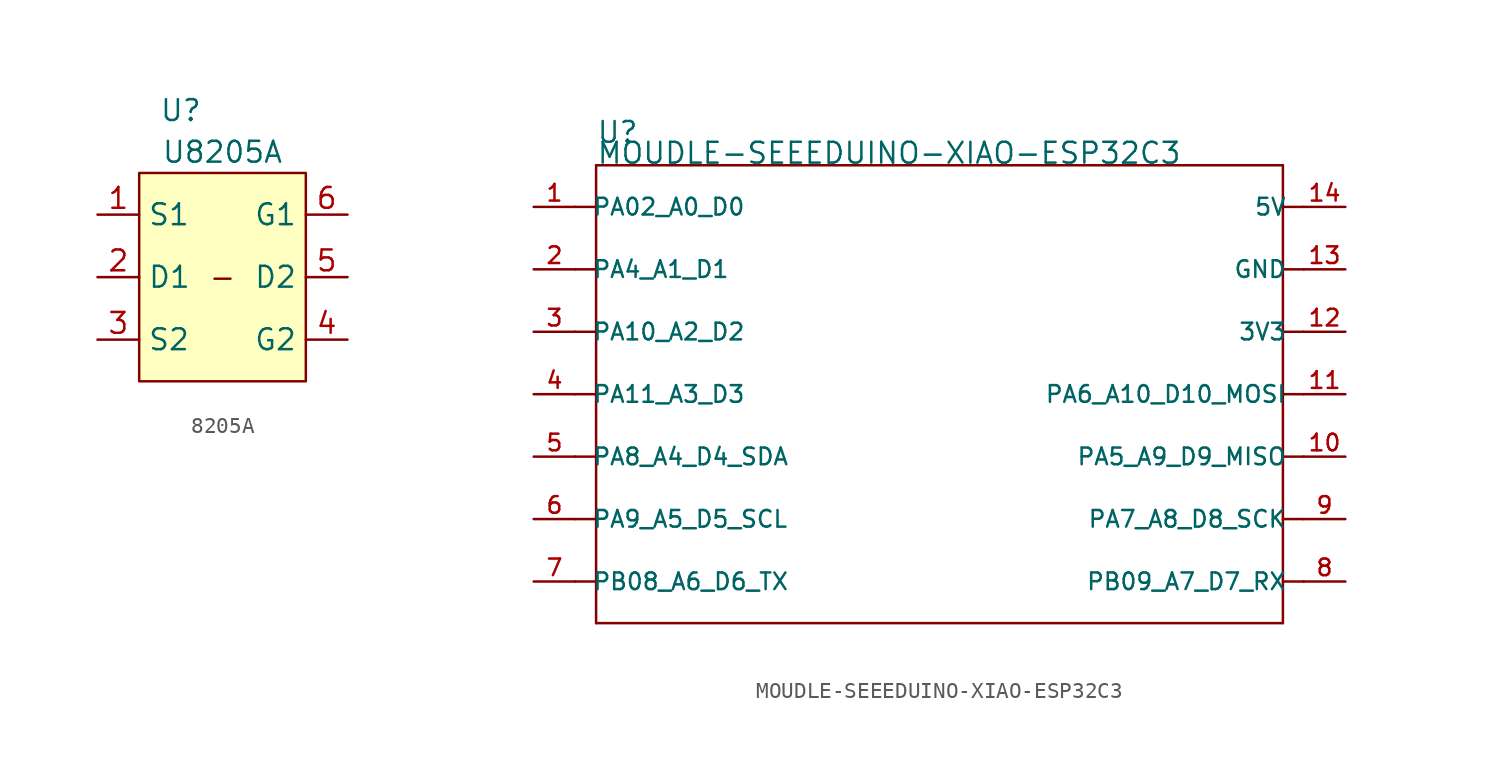
<source format=kicad_sym>
(kicad_symbol_lib
  (version 20241209)
  (generator "kicad_symbol_editor")
  (generator_version "9.0")
  (symbol "8205A"
    (property "Reference" "U"
      (at -2.54 2.54 0)
      (effects (font (size 1.27 1.27))))
    (property "Value" "U8205A"
      (at 0 0 0)
      (effects (font (size 1.27 1.27))))
    (symbol "8205A_0_1"
      (rectangle (start -5.08 -1.27) (end 5.08 -13.97) (stroke (width 0) (type default)) (fill (type background))))
    (symbol "8205A_1_1"
      (text "-" (at 0 -7.62 0) (effects (font (size 1.27 1.27))))
      (pin bidirectional line (at -7.62 -3.81 0) (length 2.54) (name "S1" (effects (font (size 1.27 1.27)))) (number "1" (effects (font (size 1.27 1.27)))))
      (pin output line (at -7.62 -7.62 0) (length 2.54) (name "D1" (effects (font (size 1.27 1.27)))) (number "2" (effects (font (size 1.27 1.27)))))
      (pin bidirectional line (at -7.62 -11.43 0) (length 2.54) (name "S2" (effects (font (size 1.27 1.27)))) (number "3" (effects (font (size 1.27 1.27)))))
      (pin input line (at 7.62 -3.81 180) (length 2.54) (name "G1" (effects (font (size 1.27 1.27)))) (number "6" (effects (font (size 1.27 1.27)))))
      (pin output line (at 7.62 -7.62 180) (length 2.54) (name "D2" (effects (font (size 1.27 1.27)))) (number "5" (effects (font (size 1.27 1.27)))))
      (pin input line (at 7.62 -11.43 180) (length 2.54) (name "G2" (effects (font (size 1.27 1.27)))) (number "4" (effects (font (size 1.27 1.27)))))))
  (symbol "MOUDLE-SEEEDUINO-XIAO-ESP32C3"
    (pin_names
      (offset 1.016))
    (property "Reference" "U"
      (at -21.59 15.24 0)
      (effects (font (size 1.27 1.27)) (justify left bottom)))
    (property "Value" "MOUDLE-SEEEDUINO-XIAO-ESP32C3"
      (at -21.59 13.97 0)
      (effects (font (size 1.27 1.27)) (justify left bottom)))
    (symbol "MOUDLE-SEEEDUINO-XIAO-ESP32C3_0_0"
      (polyline (pts (xy -21.59 13.97) (xy 20.32 13.97)) (stroke (width 0.152) (type default)) (fill (type background)))
      (polyline (pts (xy -21.59 11.43) (xy -22.86 11.43)) (stroke (width 0.152) (type default)) (fill (type none)))
      (polyline (pts (xy -21.59 11.43) (xy -21.59 13.97)) (stroke (width 0.152) (type default)) (fill (type none)))
      (polyline (pts (xy -21.59 7.62) (xy -22.86 7.62)) (stroke (width 0.152) (type default)) (fill (type none)))
      (polyline (pts (xy -21.59 7.62) (xy -21.59 11.43)) (stroke (width 0.152) (type default)) (fill (type background)))
      (polyline (pts (xy -21.59 3.81) (xy -22.86 3.81)) (stroke (width 0.152) (type default)) (fill (type none)))
      (polyline (pts (xy -21.59 3.81) (xy -21.59 7.62)) (stroke (width 0.152) (type default)) (fill (type none)))
      (polyline (pts (xy -21.59 0) (xy -22.86 0)) (stroke (width 0.152) (type default)) (fill (type none)))
      (polyline (pts (xy -21.59 0) (xy -21.59 3.81)) (stroke (width 0.152) (type default)) (fill (type none)))
      (polyline (pts (xy -21.59 -3.81) (xy -22.86 -3.81)) (stroke (width 0.152) (type default)) (fill (type none)))
      (polyline (pts (xy -21.59 -7.62) (xy -22.86 -7.62)) (stroke (width 0.152) (type default)) (fill (type none)))
      (polyline (pts (xy -21.59 -11.43) (xy -22.86 -11.43)) (stroke (width 0.152) (type default)) (fill (type none)))
      (polyline (pts (xy -21.59 -13.97) (xy -21.59 0)) (stroke (width 0.152) (type default)) (fill (type none)))
      (polyline (pts (xy 20.32 13.97) (xy 20.32 11.43)) (stroke (width 0.152) (type default)) (fill (type none)))
      (polyline (pts (xy 20.32 11.43) (xy 20.32 7.62)) (stroke (width 0.152) (type default)) (fill (type none)))
      (polyline (pts (xy 20.32 7.62) (xy 20.32 3.81)) (stroke (width 0.152) (type default)) (fill (type none)))
      (polyline (pts (xy 20.32 3.81) (xy 20.32 -13.97)) (stroke (width 0.152) (type default)) (fill (type none)))
      (polyline (pts (xy 20.32 -13.97) (xy -21.59 -13.97)) (stroke (width 0.152) (type default)) (fill (type none)))
      (polyline (pts (xy 21.59 11.43) (xy 20.32 11.43)) (stroke (width 0.152) (type default)) (fill (type none)))
      (polyline (pts (xy 21.59 7.62) (xy 20.32 7.62)) (stroke (width 0.152) (type default)) (fill (type none)))
      (polyline (pts (xy 21.59 3.81) (xy 20.32 3.81)) (stroke (width 0.152) (type default)) (fill (type none)))
      (polyline (pts (xy 21.59 0) (xy 20.32 0)) (stroke (width 0.152) (type default)) (fill (type none)))
      (polyline (pts (xy 21.59 -3.81) (xy 20.32 -3.81)) (stroke (width 0.152) (type default)) (fill (type none)))
      (polyline (pts (xy 21.59 -7.62) (xy 20.32 -7.62)) (stroke (width 0.152) (type default)) (fill (type none)))
      (polyline (pts (xy 21.59 -11.43) (xy 20.32 -11.43)) (stroke (width 0.152) (type default)) (fill (type none)))
      (pin bidirectional line (at -25.4 11.43 0) (length 2.54) (name "PA02_A0_D0" (effects (font (size 1.016 1.016)))) (number "1" (effects (font (size 1.016 1.016)))))
      (pin bidirectional line (at -25.4 7.62 0) (length 2.54) (name "PA4_A1_D1" (effects (font (size 1.016 1.016)))) (number "2" (effects (font (size 1.016 1.016)))))
      (pin bidirectional line (at -25.4 3.81 0) (length 2.54) (name "PA10_A2_D2" (effects (font (size 1.016 1.016)))) (number "3" (effects (font (size 1.016 1.016)))))
      (pin bidirectional line (at -25.4 0 0) (length 2.54) (name "PA11_A3_D3" (effects (font (size 1.016 1.016)))) (number "4" (effects (font (size 1.016 1.016)))))
      (pin bidirectional line (at -25.4 -3.81 0) (length 2.54) (name "PA8_A4_D4_SDA" (effects (font (size 1.016 1.016)))) (number "5" (effects (font (size 1.016 1.016)))))
      (pin bidirectional line (at -25.4 -7.62 0) (length 2.54) (name "PA9_A5_D5_SCL" (effects (font (size 1.016 1.016)))) (number "6" (effects (font (size 1.016 1.016)))))
      (pin bidirectional line (at -25.4 -11.43 0) (length 2.54) (name "PB08_A6_D6_TX" (effects (font (size 1.016 1.016)))) (number "7" (effects (font (size 1.016 1.016)))))
      (pin bidirectional line (at 24.13 11.43 180) (length 2.54) (name "5V" (effects (font (size 1.016 1.016)))) (number "14" (effects (font (size 1.016 1.016)))))
      (pin bidirectional line (at 24.13 7.62 180) (length 2.54) (name "GND" (effects (font (size 1.016 1.016)))) (number "13" (effects (font (size 1.016 1.016)))))
      (pin bidirectional line (at 24.13 3.81 180) (length 2.54) (name "3V3" (effects (font (size 1.016 1.016)))) (number "12" (effects (font (size 1.016 1.016)))))
      (pin bidirectional line (at 24.13 0 180) (length 2.54) (name "PA6_A10_D10_MOSI" (effects (font (size 1.016 1.016)))) (number "11" (effects (font (size 1.016 1.016)))))
      (pin bidirectional line (at 24.13 -3.81 180) (length 2.54) (name "PA5_A9_D9_MISO" (effects (font (size 1.016 1.016)))) (number "10" (effects (font (size 1.016 1.016)))))
      (pin bidirectional line (at 24.13 -7.62 180) (length 2.54) (name "PA7_A8_D8_SCK" (effects (font (size 1.016 1.016)))) (number "9" (effects (font (size 1.016 1.016)))))
      (pin bidirectional line (at 24.13 -11.43 180) (length 2.54) (name "PB09_A7_D7_RX" (effects (font (size 1.016 1.016)))) (number "8" (effects (font (size 1.016 1.016))))))))
</source>
